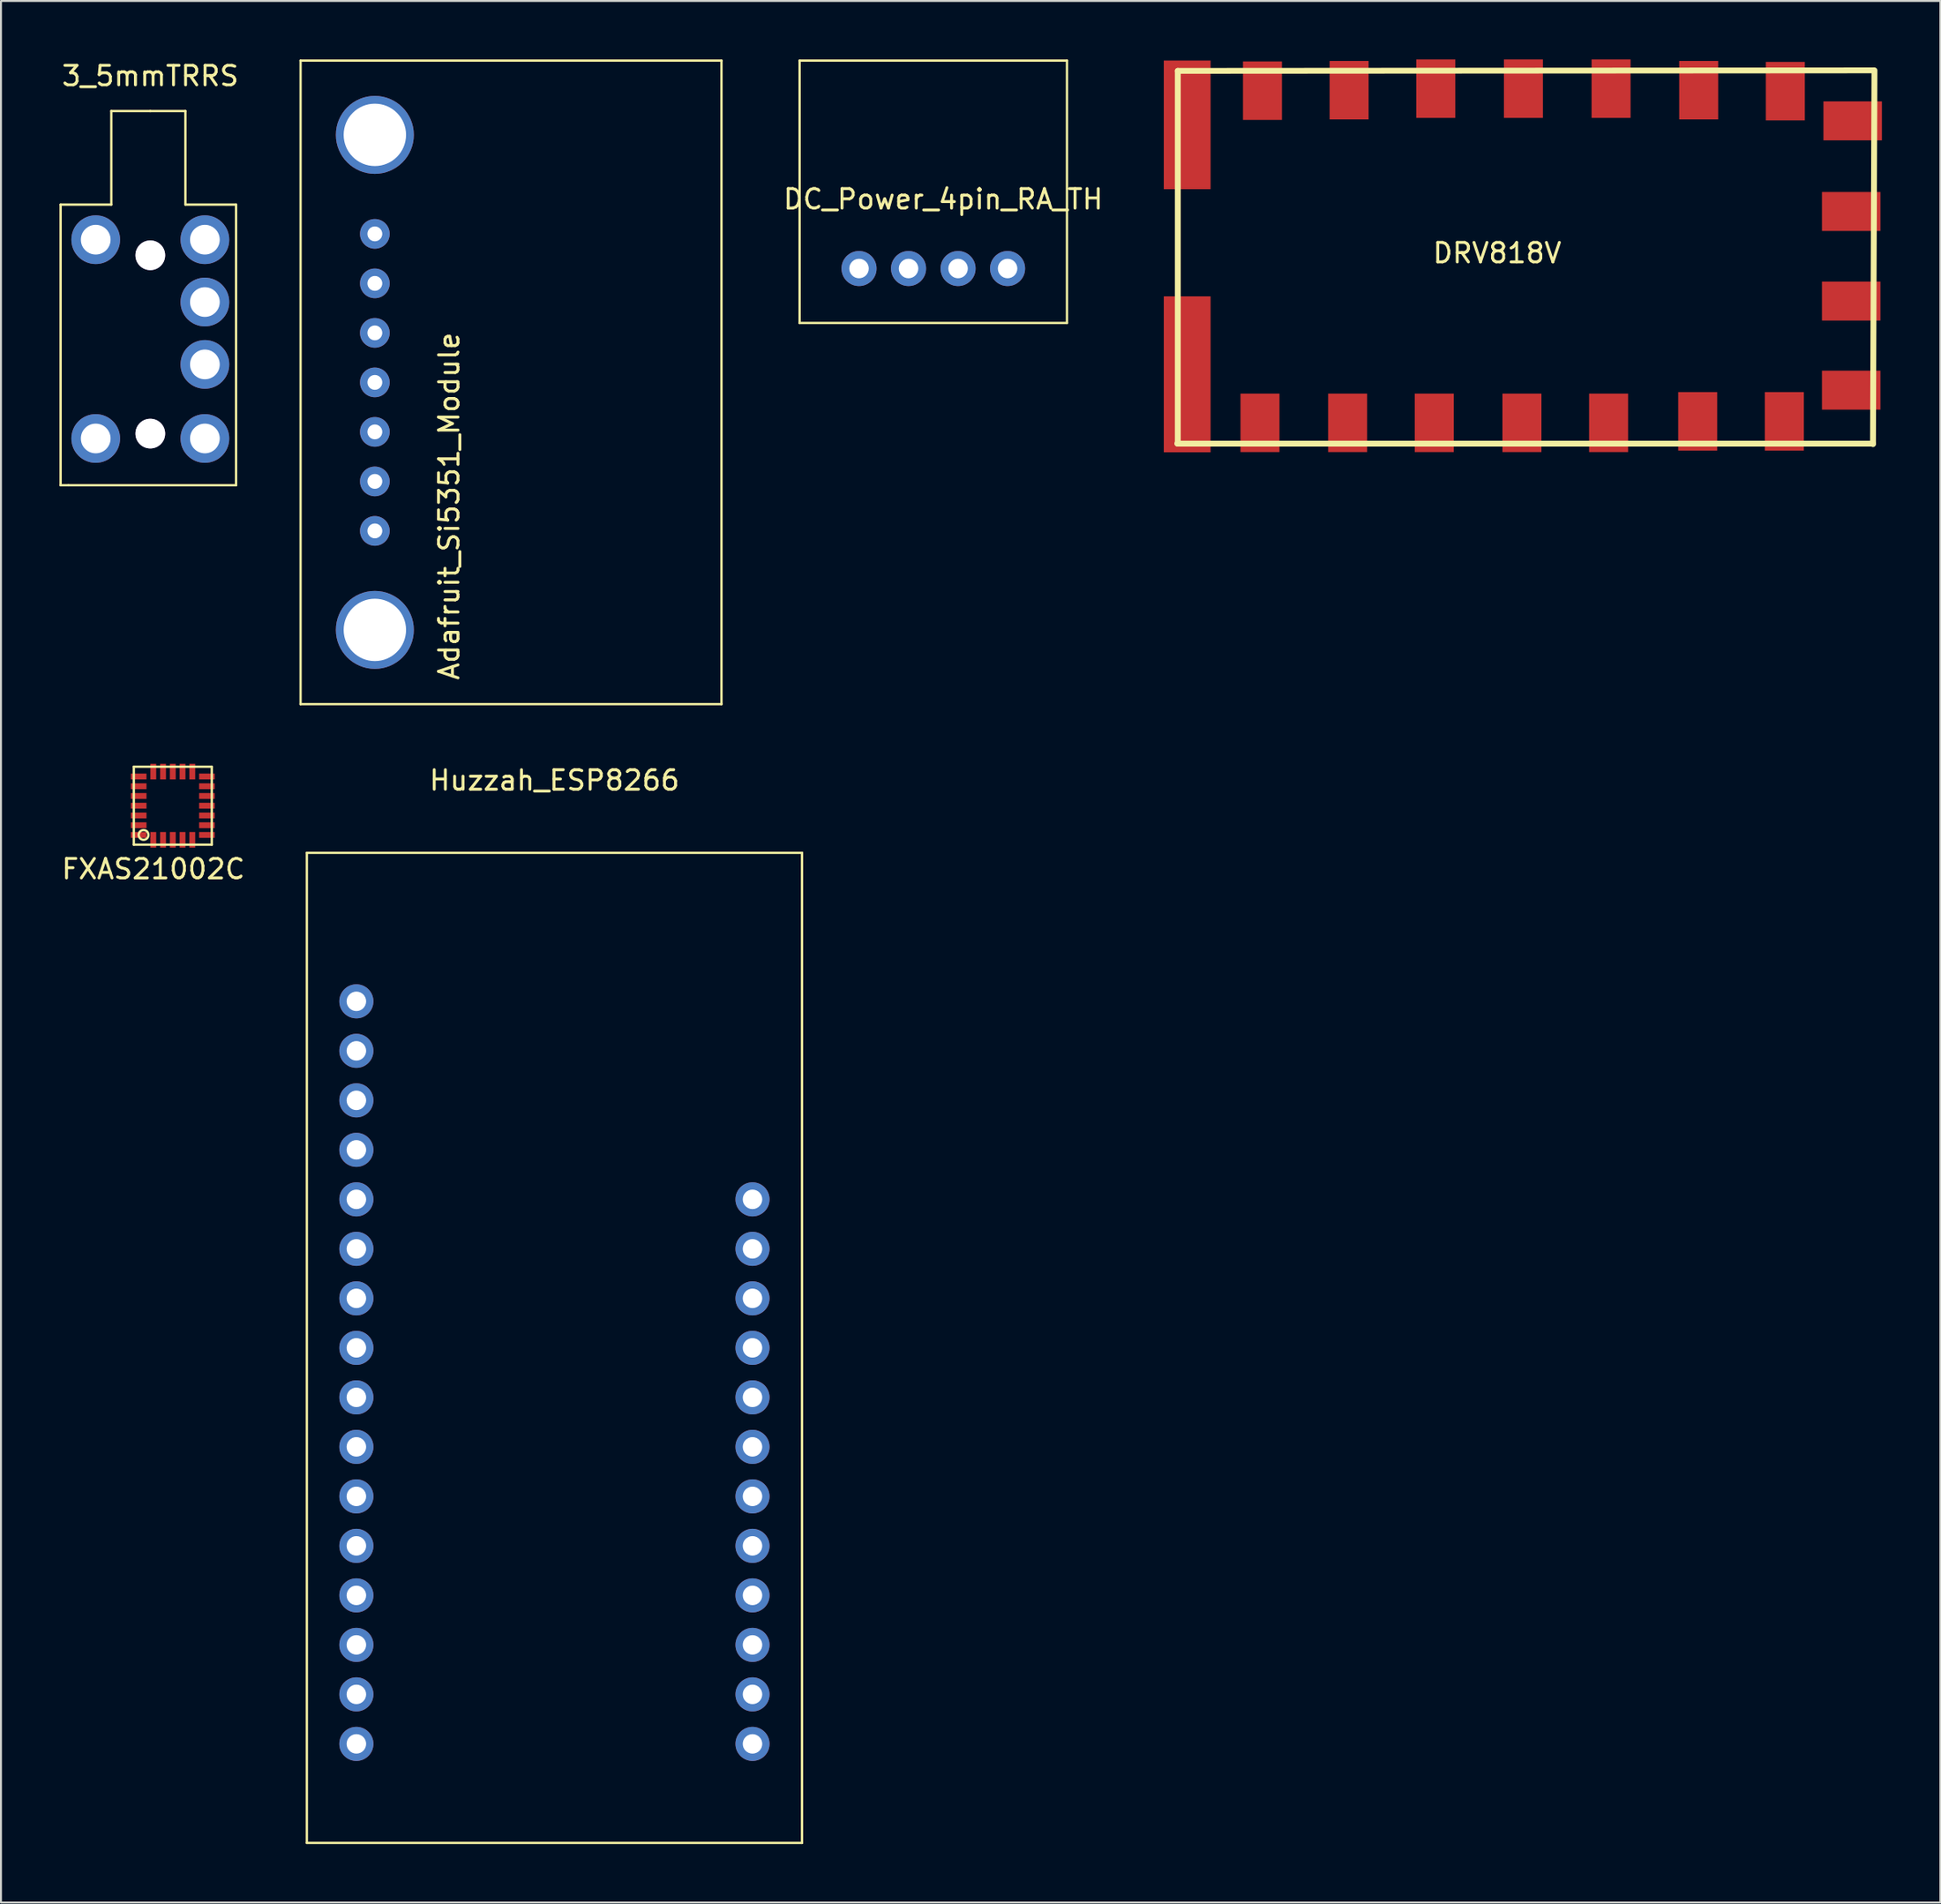
<source format=kicad_pcb>
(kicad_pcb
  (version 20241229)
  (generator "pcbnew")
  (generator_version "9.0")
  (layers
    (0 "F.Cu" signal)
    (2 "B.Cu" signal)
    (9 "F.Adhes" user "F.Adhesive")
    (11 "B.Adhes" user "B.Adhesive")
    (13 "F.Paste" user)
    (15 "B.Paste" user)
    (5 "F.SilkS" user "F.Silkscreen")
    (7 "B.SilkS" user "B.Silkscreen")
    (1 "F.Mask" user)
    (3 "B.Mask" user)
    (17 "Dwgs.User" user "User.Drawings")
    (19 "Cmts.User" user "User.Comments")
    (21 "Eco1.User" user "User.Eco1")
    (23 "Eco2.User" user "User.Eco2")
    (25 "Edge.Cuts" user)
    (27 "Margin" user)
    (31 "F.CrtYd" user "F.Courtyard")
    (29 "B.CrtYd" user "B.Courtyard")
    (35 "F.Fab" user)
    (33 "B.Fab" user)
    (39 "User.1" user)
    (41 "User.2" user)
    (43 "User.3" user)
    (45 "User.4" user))
  (footprint "Adafruit_Si5351_Module"
    (layer "F.Cu")
    (at 21.259 12.76)
    (property "Reference" "Adafruit_Si5351_Module" (at -1.27 10.16 90) (layer "F.SilkS") (effects (font (size 1 1) (thickness 0.15))))
    (attr through_hole)
    (fp_line (start -8.89 -12.7) (end -8.89 20.32) (stroke (width 0.12) (type solid)) (layer "F.SilkS"))
    (fp_line (start -8.89 20.32) (end 12.7 20.32) (stroke (width 0.12) (type solid)) (layer "F.SilkS"))
    (fp_line (start 12.7 -12.7) (end -8.89 -12.7) (stroke (width 0.12) (type solid)) (layer "F.SilkS"))
    (fp_line (start 12.7 20.32) (end 12.7 -12.7) (stroke (width 0.12) (type solid)) (layer "F.SilkS"))
    (pad "" np_thru_hole circle (at -5.08 -8.89) (size 4 4) (drill 3.2) (layers "*.Cu" "*.Mask"))
    (pad "" np_thru_hole circle (at -5.08 16.51) (size 4 4) (drill 3.2) (layers "*.Cu" "*.Mask"))
    (pad "1" thru_hole circle (at -5.08 -3.81) (size 1.524 1.524) (drill 0.762) (layers "*.Cu" "*.Mask"))
    (pad "2" thru_hole circle (at -5.08 -1.27) (size 1.524 1.524) (drill 0.762) (layers "*.Cu" "*.Mask"))
    (pad "3" thru_hole circle (at -5.08 1.27) (size 1.524 1.524) (drill 0.762) (layers "*.Cu" "*.Mask"))
    (pad "4" thru_hole circle (at -5.08 3.81) (size 1.524 1.524) (drill 0.762) (layers "*.Cu" "*.Mask"))
    (pad "5" thru_hole circle (at -5.08 6.35) (size 1.524 1.524) (drill 0.762) (layers "*.Cu" "*.Mask"))
    (pad "6" thru_hole circle (at -5.08 8.89) (size 1.524 1.524) (drill 0.762) (layers "*.Cu" "*.Mask"))
    (pad "7" thru_hole circle (at -5.08 11.43) (size 1.524 1.524) (drill 0.762) (layers "*.Cu" "*.Mask")))
  (footprint "DC_Power_4pin_RA_TH"
    (layer "F.Cu")
    (at 46.35 0.568)
    (property "Reference" "DC_Power_4pin_RA_TH" (at -1.016 6.604 0) (layer "F.SilkS") (effects (font (size 1 1) (thickness 0.15))))
    (attr through_hole)
    (fp_line (start -8.382 -0.508) (end -8.382 12.954) (stroke (width 0.12) (type solid)) (layer "F.SilkS"))
    (fp_line (start -8.382 12.954) (end 5.334 12.954) (stroke (width 0.12) (type solid)) (layer "F.SilkS"))
    (fp_line (start 5.334 -0.508) (end -8.382 -0.508) (stroke (width 0.12) (type solid)) (layer "F.SilkS"))
    (fp_line (start 5.334 12.954) (end 5.334 -0.508) (stroke (width 0.12) (type solid)) (layer "F.SilkS"))
    (pad "1" thru_hole circle (at -5.334 10.16) (size 1.8 1.8) (drill 1) (layers "*.Cu" "*.Mask"))
    (pad "2" thru_hole circle (at -2.794 10.16) (size 1.8 1.8) (drill 1) (layers "*.Cu" "*.Mask"))
    (pad "3" thru_hole circle (at -0.254 10.16) (size 1.8 1.8) (drill 1) (layers "*.Cu" "*.Mask"))
    (pad "4" thru_hole circle (at 2.286 10.16) (size 1.8 1.8) (drill 1) (layers "*.Cu" "*.Mask")))
  (footprint "DRV818V"
    (layer "F.Cu")
    (at 74.411 11.127)
    (property "Reference" "DRV818V" (at -0.66 -1.194 0) (layer "F.SilkS") (effects (font (size 1 1) (thickness 0.15))))
    (attr through_hole)
    (fp_line (start -17.043 -10.541) (end 18.644 -10.566) (stroke (width 0.3) (type solid)) (layer "F.SilkS"))
    (fp_line (start -17.043 8.585) (end -17.043 -10.541) (stroke (width 0.3) (type solid)) (layer "F.SilkS"))
    (fp_line (start 18.618 8.585) (end -17.069 8.585) (stroke (width 0.3) (type solid)) (layer "F.SilkS"))
    (fp_line (start 18.694 -10.566) (end 18.618 8.611) (stroke (width 0.3) (type solid)) (layer "F.SilkS"))
    (pad "" smd rect (at -16.561 -7.772 180) (size 2.4 6.6) (layers "F.Cu" "F.Mask" "F.Paste"))
    (pad "" smd rect (at -16.561 5.029 180) (size 2.4 8) (layers "F.Cu" "F.Mask" "F.Paste"))
    (pad "1" smd rect (at -12.7 -9.525) (size 2 3) (layers "F.Cu" "F.Mask" "F.Paste"))
    (pad "2" smd rect (at -8.255 -9.55) (size 2 3) (layers "F.Cu" "F.Mask" "F.Paste"))
    (pad "3" smd rect (at -3.81 -9.627) (size 2 3) (layers "F.Cu" "F.Mask" "F.Paste"))
    (pad "4" smd rect (at 0.686 -9.627) (size 2 3) (layers "F.Cu" "F.Mask" "F.Paste"))
    (pad "5" smd rect (at 5.182 -9.627) (size 2 3) (layers "F.Cu" "F.Mask" "F.Paste"))
    (pad "6" smd rect (at 9.677 -9.55) (size 2 3) (layers "F.Cu" "F.Mask" "F.Paste"))
    (pad "7" smd rect (at 14.122 -9.5) (size 2 3) (layers "F.Cu" "F.Mask" "F.Paste"))
    (pad "8" smd rect (at 17.577 -7.976 90) (size 2 3) (layers "F.Cu" "F.Mask" "F.Paste"))
    (pad "9" smd rect (at 17.501 -3.327 90) (size 2 3) (layers "F.Cu" "F.Mask" "F.Paste"))
    (pad "10" smd rect (at 17.501 1.27 90) (size 2 3) (layers "F.Cu" "F.Mask" "F.Paste"))
    (pad "11" smd rect (at 17.501 5.842 90) (size 2 3) (layers "F.Cu" "F.Mask" "F.Paste"))
    (pad "12" smd rect (at 14.072 7.442 180) (size 2 3) (layers "F.Cu" "F.Mask" "F.Paste"))
    (pad "13" smd rect (at 9.627 7.442 180) (size 2 3) (layers "F.Cu" "F.Mask" "F.Paste"))
    (pad "14" smd rect (at 5.055 7.518 180) (size 2 3) (layers "F.Cu" "F.Mask" "F.Paste"))
    (pad "15" smd rect (at 0.61 7.518 180) (size 2 3) (layers "F.Cu" "F.Mask" "F.Paste"))
    (pad "16" smd rect (at -3.886 7.518 180) (size 2 3) (layers "F.Cu" "F.Mask" "F.Paste"))
    (pad "17" smd rect (at -8.331 7.518 180) (size 2 3) (layers "F.Cu" "F.Mask" "F.Paste"))
    (pad "18" smd rect (at -12.827 7.518 180) (size 2 3) (layers "F.Cu" "F.Mask" "F.Paste")))
  (footprint "3_5mmTRRS"
    (layer "F.Cu")
    (at 4.66 14.448)
    (property "Reference" "3_5mmTRRS" (at 0 -13.6 0) (layer "F.SilkS") (effects (font (size 1 1) (thickness 0.15))))
    (attr through_hole)
    (fp_line (start -4.6 -7) (end -2 -7) (stroke (width 0.12) (type solid)) (layer "F.SilkS"))
    (fp_line (start -4.6 7.4) (end -4.6 -7) (stroke (width 0.12) (type solid)) (layer "F.SilkS"))
    (fp_line (start -4.2 7.4) (end -4.6 7.4) (stroke (width 0.12) (type solid)) (layer "F.SilkS"))
    (fp_line (start -2 -11.8) (end 0 -11.8) (stroke (width 0.12) (type solid)) (layer "F.SilkS"))
    (fp_line (start -2 -7) (end -2 -11.8) (stroke (width 0.12) (type solid)) (layer "F.SilkS"))
    (fp_line (start 0 -11.8) (end 1.8 -11.8) (stroke (width 0.12) (type solid)) (layer "F.SilkS"))
    (fp_line (start 1.8 -11.8) (end 1.8 -7) (stroke (width 0.12) (type solid)) (layer "F.SilkS"))
    (fp_line (start 1.8 -7) (end 4.4 -7) (stroke (width 0.12) (type solid)) (layer "F.SilkS"))
    (fp_line (start 4.4 -7) (end 4.4 7.4) (stroke (width 0.12) (type solid)) (layer "F.SilkS"))
    (fp_line (start 4.4 7.4) (end -4.2 7.4) (stroke (width 0.12) (type solid)) (layer "F.SilkS"))
    (pad "1" thru_hole circle (at 0 4.75) (size 1.524 1.524) (drill 1.524) (layers "*.Cu" "*.Mask"))
    (pad "2" thru_hole circle (at 0 -4.4) (size 1.524 1.524) (drill 1.524) (layers "*.Cu" "*.Mask"))
    (pad "3" thru_hole circle (at -2.8 -5.2) (size 2.5 2.5) (drill 1.524) (layers "*.Cu" "*.Mask"))
    (pad "4" thru_hole circle (at 2.8 -5.2) (size 2.5 2.5) (drill 1.524) (layers "*.Cu" "*.Mask"))
    (pad "5" thru_hole circle (at 2.8 -2) (size 2.5 2.5) (drill 1.524) (layers "*.Cu" "*.Mask"))
    (pad "6" thru_hole circle (at 2.8 1.2) (size 2.5 2.5) (drill 1.524) (layers "*.Cu" "*.Mask"))
    (pad "7" thru_hole circle (at 2.8 5) (size 2.5 2.5) (drill 1.524) (layers "*.Cu" "*.Mask"))
    (pad "8" thru_hole circle (at -2.8 5) (size 2.5 2.5) (drill 1.524) (layers "*.Cu" "*.Mask")))
  (footprint "Huzzah_ESP8266"
    (layer "F.Cu")
    (at 25.391 66.108)
    (property "Reference" "Huzzah_ESP8266" (at 0 -29.12 0) (layer "F.SilkS") (effects (font (size 1 1) (thickness 0.15))))
    (attr through_hole)
    (fp_line (start -12.7 -25.4) (end 12.7 -25.4) (stroke (width 0.12) (type solid)) (layer "F.SilkS"))
    (fp_line (start -12.7 25.4) (end -12.7 -25.4) (stroke (width 0.12) (type solid)) (layer "F.SilkS"))
    (fp_line (start 12.7 -25.4) (end 12.7 25.4) (stroke (width 0.12) (type solid)) (layer "F.SilkS"))
    (fp_line (start 12.7 25.4) (end -12.7 25.4) (stroke (width 0.12) (type solid)) (layer "F.SilkS"))
    (pad "1" thru_hole circle (at -10.16 -17.78) (size 1.75 1.75) (drill 1) (layers "*.Cu" "*.Mask"))
    (pad "2" thru_hole circle (at -10.16 -15.24) (size 1.75 1.75) (drill 1) (layers "*.Cu" "*.Mask"))
    (pad "3" thru_hole circle (at -10.16 -12.7) (size 1.75 1.75) (drill 1) (layers "*.Cu" "*.Mask"))
    (pad "4" thru_hole circle (at -10.16 -10.16) (size 1.75 1.75) (drill 1) (layers "*.Cu" "*.Mask"))
    (pad "5" thru_hole circle (at -10.16 -7.62) (size 1.75 1.75) (drill 1) (layers "*.Cu" "*.Mask"))
    (pad "6" thru_hole circle (at -10.16 -5.08) (size 1.75 1.75) (drill 1) (layers "*.Cu" "*.Mask"))
    (pad "7" thru_hole circle (at -10.16 -2.54) (size 1.75 1.75) (drill 1) (layers "*.Cu" "*.Mask"))
    (pad "8" thru_hole circle (at -10.16 0) (size 1.75 1.75) (drill 1) (layers "*.Cu" "*.Mask"))
    (pad "9" thru_hole circle (at -10.16 2.54) (size 1.75 1.75) (drill 1) (layers "*.Cu" "*.Mask"))
    (pad "10" thru_hole circle (at -10.16 5.08) (size 1.75 1.75) (drill 1) (layers "*.Cu" "*.Mask"))
    (pad "11" thru_hole circle (at -10.16 7.62) (size 1.75 1.75) (drill 1) (layers "*.Cu" "*.Mask"))
    (pad "12" thru_hole circle (at -10.16 10.16) (size 1.75 1.75) (drill 1) (layers "*.Cu" "*.Mask"))
    (pad "13" thru_hole circle (at -10.16 12.7) (size 1.75 1.75) (drill 1) (layers "*.Cu" "*.Mask"))
    (pad "14" thru_hole circle (at -10.16 15.24) (size 1.75 1.75) (drill 1) (layers "*.Cu" "*.Mask"))
    (pad "15" thru_hole circle (at -10.16 17.78) (size 1.75 1.75) (drill 1) (layers "*.Cu" "*.Mask"))
    (pad "16" thru_hole circle (at -10.16 20.32) (size 1.75 1.75) (drill 1) (layers "*.Cu" "*.Mask"))
    (pad "17" thru_hole circle (at 10.16 20.32) (size 1.75 1.75) (drill 1) (layers "*.Cu" "*.Mask"))
    (pad "18" thru_hole circle (at 10.16 17.78) (size 1.75 1.75) (drill 1) (layers "*.Cu" "*.Mask"))
    (pad "19" thru_hole circle (at 10.16 15.24) (size 1.75 1.75) (drill 1) (layers "*.Cu" "*.Mask"))
    (pad "20" thru_hole circle (at 10.16 12.7) (size 1.75 1.75) (drill 1) (layers "*.Cu" "*.Mask"))
    (pad "21" thru_hole circle (at 10.16 10.16) (size 1.75 1.75) (drill 1) (layers "*.Cu" "*.Mask"))
    (pad "22" thru_hole circle (at 10.16 7.62) (size 1.75 1.75) (drill 1) (layers "*.Cu" "*.Mask"))
    (pad "23" thru_hole circle (at 10.16 5.08) (size 1.75 1.75) (drill 1) (layers "*.Cu" "*.Mask"))
    (pad "24" thru_hole circle (at 10.16 2.54) (size 1.75 1.75) (drill 1) (layers "*.Cu" "*.Mask"))
    (pad "25" thru_hole circle (at 10.16 0) (size 1.75 1.75) (drill 1) (layers "*.Cu" "*.Mask"))
    (pad "26" thru_hole circle (at 10.16 -2.54) (size 1.75 1.75) (drill 1) (layers "*.Cu" "*.Mask"))
    (pad "27" thru_hole circle (at 10.16 -5.08) (size 1.75 1.75) (drill 1) (layers "*.Cu" "*.Mask"))
    (pad "28" thru_hole circle (at 10.16 -7.62) (size 1.75 1.75) (drill 1) (layers "*.Cu" "*.Mask")))
  (footprint "FXAS21002C"
    (layer "F.Cu")
    (at 5.815 38.29)
    (property "Reference" "FXAS21002C" (at -1 3.25 0) (layer "F.SilkS") (effects (font (size 1 1) (thickness 0.15))))
    (attr through_hole)
    (fp_line (start -2 -2) (end 2 -2) (stroke (width 0.12) (type solid)) (layer "F.SilkS"))
    (fp_line (start -2 2) (end -2 -2) (stroke (width 0.12) (type solid)) (layer "F.SilkS"))
    (fp_line (start 2 -2) (end 2 2) (stroke (width 0.12) (type solid)) (layer "F.SilkS"))
    (fp_line (start 2 2) (end -2 2) (stroke (width 0.12) (type solid)) (layer "F.SilkS"))
    (fp_circle (center -1.5 1.5) (end -1.5 1.75) (stroke (width 0.12) (type solid)) (fill no) (layer "F.SilkS"))
    (pad "1" smd rect (at -1.75 1.5) (size 0.8 0.3) (layers "F.Cu" "F.Mask" "F.Paste"))
    (pad "2" smd rect (at -1.75 1) (size 0.8 0.3) (layers "F.Cu" "F.Mask" "F.Paste"))
    (pad "3" smd rect (at -1.75 0.5) (size 0.8 0.3) (layers "F.Cu" "F.Mask" "F.Paste"))
    (pad "4" smd rect (at -1.75 0) (size 0.8 0.3) (layers "F.Cu" "F.Mask" "F.Paste"))
    (pad "5" smd rect (at -1.75 -0.5) (size 0.8 0.3) (layers "F.Cu" "F.Mask" "F.Paste"))
    (pad "6" smd rect (at -1.75 -1) (size 0.8 0.3) (layers "F.Cu" "F.Mask" "F.Paste"))
    (pad "7" smd rect (at -1.75 -1.5) (size 0.8 0.3) (layers "F.Cu" "F.Mask" "F.Paste"))
    (pad "8" smd rect (at -1 -1.75 90) (size 0.8 0.3) (layers "F.Cu" "F.Mask" "F.Paste"))
    (pad "9" smd rect (at -0.5 -1.75 90) (size 0.8 0.3) (layers "F.Cu" "F.Mask" "F.Paste"))
    (pad "10" smd rect (at 0 -1.75 90) (size 0.8 0.3) (layers "F.Cu" "F.Mask" "F.Paste"))
    (pad "11" smd rect (at 0.5 -1.75 90) (size 0.8 0.3) (layers "F.Cu" "F.Mask" "F.Paste"))
    (pad "12" smd rect (at 1 -1.75 90) (size 0.8 0.3) (layers "F.Cu" "F.Mask" "F.Paste"))
    (pad "13" smd rect (at 1.75 -1.5 180) (size 0.8 0.3) (layers "F.Cu" "F.Mask" "F.Paste"))
    (pad "14" smd rect (at 1.75 -1 180) (size 0.8 0.3) (layers "F.Cu" "F.Mask" "F.Paste"))
    (pad "15" smd rect (at 1.75 -0.5 180) (size 0.8 0.3) (layers "F.Cu" "F.Mask" "F.Paste"))
    (pad "16" smd rect (at 1.75 0 180) (size 0.8 0.3) (layers "F.Cu" "F.Mask" "F.Paste"))
    (pad "17" smd rect (at 1.75 0.5 180) (size 0.8 0.3) (layers "F.Cu" "F.Mask" "F.Paste"))
    (pad "18" smd rect (at 1.75 1 180) (size 0.8 0.3) (layers "F.Cu" "F.Mask" "F.Paste"))
    (pad "19" smd rect (at 1.75 1.5 180) (size 0.8 0.3) (layers "F.Cu" "F.Mask" "F.Paste"))
    (pad "20" smd rect (at 1 1.75 270) (size 0.8 0.3) (layers "F.Cu" "F.Mask" "F.Paste"))
    (pad "21" smd rect (at 0.5 1.75 270) (size 0.8 0.3) (layers "F.Cu" "F.Mask" "F.Paste"))
    (pad "22" smd rect (at 0 1.75 270) (size 0.8 0.3) (layers "F.Cu" "F.Mask" "F.Paste"))
    (pad "23" smd rect (at -0.5 1.75 270) (size 0.8 0.3) (layers "F.Cu" "F.Mask" "F.Paste"))
    (pad "24" smd rect (at -1 1.75 270) (size 0.8 0.3) (layers "F.Cu" "F.Mask" "F.Paste")))
  (gr_rect
    (start -3 -3)
    (end 96.487 94.568)
    (stroke (width 0.1) (type default))
    (fill no)
    (layer "Edge.Cuts")))
</source>
